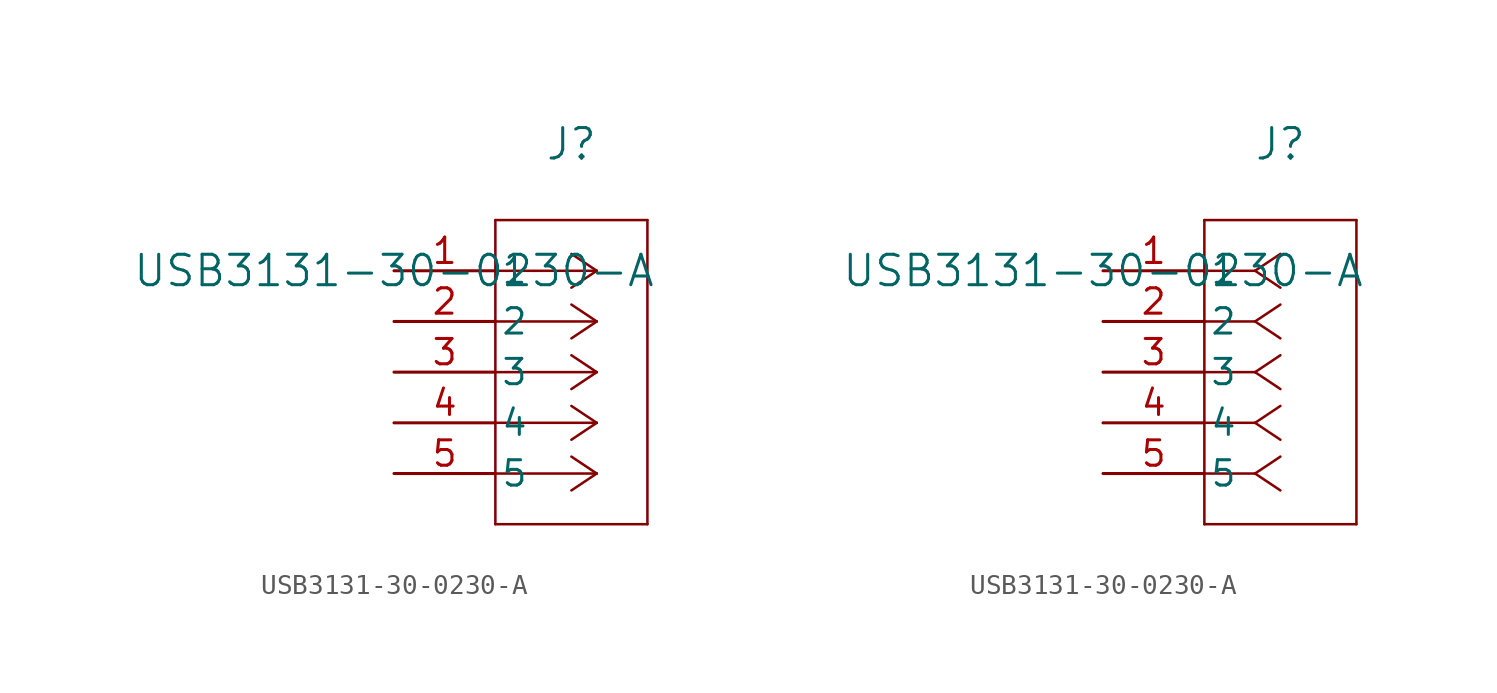
<source format=kicad_sym>
(kicad_symbol_lib
  (version 20211014)
  (generator kicad_symbol_editor)
  (symbol "USB3131-30-0230-A"
    (pin_names
      (offset 0.254))
    (property "Reference" "J"
      (at 8.89 6.35 0)
      (effects (font (size 1.524 1.524))))
    (property "Value" "USB3131-30-0230-A"
      (at 0 0 0)
      (effects (font (size 1.524 1.524))))
    (symbol "USB3131-30-0230-A_1_1"
      (polyline (pts (xy 10.16 0) (xy 5.08 0)) (stroke (width 0.127) (type default) (color 0 0 0 0)) (fill (type none)))
      (polyline (pts (xy 10.16 -2.54) (xy 5.08 -2.54)) (stroke (width 0.127) (type default) (color 0 0 0 0)) (fill (type none)))
      (polyline (pts (xy 10.16 -5.08) (xy 5.08 -5.08)) (stroke (width 0.127) (type default) (color 0 0 0 0)) (fill (type none)))
      (polyline (pts (xy 10.16 -7.62) (xy 5.08 -7.62)) (stroke (width 0.127) (type default) (color 0 0 0 0)) (fill (type none)))
      (polyline (pts (xy 10.16 -10.16) (xy 5.08 -10.16)) (stroke (width 0.127) (type default) (color 0 0 0 0)) (fill (type none)))
      (polyline (pts (xy 10.16 0) (xy 8.89 0.847)) (stroke (width 0.127) (type default) (color 0 0 0 0)) (fill (type none)))
      (polyline (pts (xy 10.16 -2.54) (xy 8.89 -1.693)) (stroke (width 0.127) (type default) (color 0 0 0 0)) (fill (type none)))
      (polyline (pts (xy 10.16 -5.08) (xy 8.89 -4.233)) (stroke (width 0.127) (type default) (color 0 0 0 0)) (fill (type none)))
      (polyline (pts (xy 10.16 -7.62) (xy 8.89 -6.773)) (stroke (width 0.127) (type default) (color 0 0 0 0)) (fill (type none)))
      (polyline (pts (xy 10.16 -10.16) (xy 8.89 -9.313)) (stroke (width 0.127) (type default) (color 0 0 0 0)) (fill (type none)))
      (polyline (pts (xy 10.16 0) (xy 8.89 -0.847)) (stroke (width 0.127) (type default) (color 0 0 0 0)) (fill (type none)))
      (polyline (pts (xy 10.16 -2.54) (xy 8.89 -3.387)) (stroke (width 0.127) (type default) (color 0 0 0 0)) (fill (type none)))
      (polyline (pts (xy 10.16 -5.08) (xy 8.89 -5.927)) (stroke (width 0.127) (type default) (color 0 0 0 0)) (fill (type none)))
      (polyline (pts (xy 10.16 -7.62) (xy 8.89 -8.467)) (stroke (width 0.127) (type default) (color 0 0 0 0)) (fill (type none)))
      (polyline (pts (xy 10.16 -10.16) (xy 8.89 -11.007)) (stroke (width 0.127) (type default) (color 0 0 0 0)) (fill (type none)))
      (polyline (pts (xy 5.08 2.54) (xy 5.08 -12.7)) (stroke (width 0.127) (type default) (color 0 0 0 0)) (fill (type none)))
      (polyline (pts (xy 5.08 -12.7) (xy 12.7 -12.7)) (stroke (width 0.127) (type default) (color 0 0 0 0)) (fill (type none)))
      (polyline (pts (xy 12.7 -12.7) (xy 12.7 2.54)) (stroke (width 0.127) (type default) (color 0 0 0 0)) (fill (type none)))
      (polyline (pts (xy 12.7 2.54) (xy 5.08 2.54)) (stroke (width 0.127) (type default) (color 0 0 0 0)) (fill (type none)))
      (pin unspecified line (at 0 0 0) (length 5.08) (name "1" (effects (font (size 1.27 1.27)))) (number "1" (effects (font (size 1.27 1.27)))))
      (pin unspecified line (at 0 -2.54 0) (length 5.08) (name "2" (effects (font (size 1.27 1.27)))) (number "2" (effects (font (size 1.27 1.27)))))
      (pin unspecified line (at 0 -5.08 0) (length 5.08) (name "3" (effects (font (size 1.27 1.27)))) (number "3" (effects (font (size 1.27 1.27)))))
      (pin unspecified line (at 0 -7.62 0) (length 5.08) (name "4" (effects (font (size 1.27 1.27)))) (number "4" (effects (font (size 1.27 1.27)))))
      (pin unspecified line (at 0 -10.16 0) (length 5.08) (name "5" (effects (font (size 1.27 1.27)))) (number "5" (effects (font (size 1.27 1.27))))))
    (symbol "USB3131-30-0230-A_1_2"
      (polyline (pts (xy 7.62 0) (xy 5.08 0)) (stroke (width 0.127) (type default) (color 0 0 0 0)) (fill (type none)))
      (polyline (pts (xy 7.62 -2.54) (xy 5.08 -2.54)) (stroke (width 0.127) (type default) (color 0 0 0 0)) (fill (type none)))
      (polyline (pts (xy 7.62 -5.08) (xy 5.08 -5.08)) (stroke (width 0.127) (type default) (color 0 0 0 0)) (fill (type none)))
      (polyline (pts (xy 7.62 -7.62) (xy 5.08 -7.62)) (stroke (width 0.127) (type default) (color 0 0 0 0)) (fill (type none)))
      (polyline (pts (xy 7.62 -10.16) (xy 5.08 -10.16)) (stroke (width 0.127) (type default) (color 0 0 0 0)) (fill (type none)))
      (polyline (pts (xy 7.62 0) (xy 8.89 0.847)) (stroke (width 0.127) (type default) (color 0 0 0 0)) (fill (type none)))
      (polyline (pts (xy 7.62 -2.54) (xy 8.89 -1.693)) (stroke (width 0.127) (type default) (color 0 0 0 0)) (fill (type none)))
      (polyline (pts (xy 7.62 -5.08) (xy 8.89 -4.233)) (stroke (width 0.127) (type default) (color 0 0 0 0)) (fill (type none)))
      (polyline (pts (xy 7.62 -7.62) (xy 8.89 -6.773)) (stroke (width 0.127) (type default) (color 0 0 0 0)) (fill (type none)))
      (polyline (pts (xy 7.62 -10.16) (xy 8.89 -9.313)) (stroke (width 0.127) (type default) (color 0 0 0 0)) (fill (type none)))
      (polyline (pts (xy 7.62 0) (xy 8.89 -0.847)) (stroke (width 0.127) (type default) (color 0 0 0 0)) (fill (type none)))
      (polyline (pts (xy 7.62 -2.54) (xy 8.89 -3.387)) (stroke (width 0.127) (type default) (color 0 0 0 0)) (fill (type none)))
      (polyline (pts (xy 7.62 -5.08) (xy 8.89 -5.927)) (stroke (width 0.127) (type default) (color 0 0 0 0)) (fill (type none)))
      (polyline (pts (xy 7.62 -7.62) (xy 8.89 -8.467)) (stroke (width 0.127) (type default) (color 0 0 0 0)) (fill (type none)))
      (polyline (pts (xy 7.62 -10.16) (xy 8.89 -11.007)) (stroke (width 0.127) (type default) (color 0 0 0 0)) (fill (type none)))
      (polyline (pts (xy 5.08 2.54) (xy 5.08 -12.7)) (stroke (width 0.127) (type default) (color 0 0 0 0)) (fill (type none)))
      (polyline (pts (xy 5.08 -12.7) (xy 12.7 -12.7)) (stroke (width 0.127) (type default) (color 0 0 0 0)) (fill (type none)))
      (polyline (pts (xy 12.7 -12.7) (xy 12.7 2.54)) (stroke (width 0.127) (type default) (color 0 0 0 0)) (fill (type none)))
      (polyline (pts (xy 12.7 2.54) (xy 5.08 2.54)) (stroke (width 0.127) (type default) (color 0 0 0 0)) (fill (type none)))
      (pin unspecified line (at 0 0 0) (length 5.08) (name "1" (effects (font (size 1.27 1.27)))) (number "1" (effects (font (size 1.27 1.27)))))
      (pin unspecified line (at 0 -2.54 0) (length 5.08) (name "2" (effects (font (size 1.27 1.27)))) (number "2" (effects (font (size 1.27 1.27)))))
      (pin unspecified line (at 0 -5.08 0) (length 5.08) (name "3" (effects (font (size 1.27 1.27)))) (number "3" (effects (font (size 1.27 1.27)))))
      (pin unspecified line (at 0 -7.62 0) (length 5.08) (name "4" (effects (font (size 1.27 1.27)))) (number "4" (effects (font (size 1.27 1.27)))))
      (pin unspecified line (at 0 -10.16 0) (length 5.08) (name "5" (effects (font (size 1.27 1.27)))) (number "5" (effects (font (size 1.27 1.27))))))))
</source>
